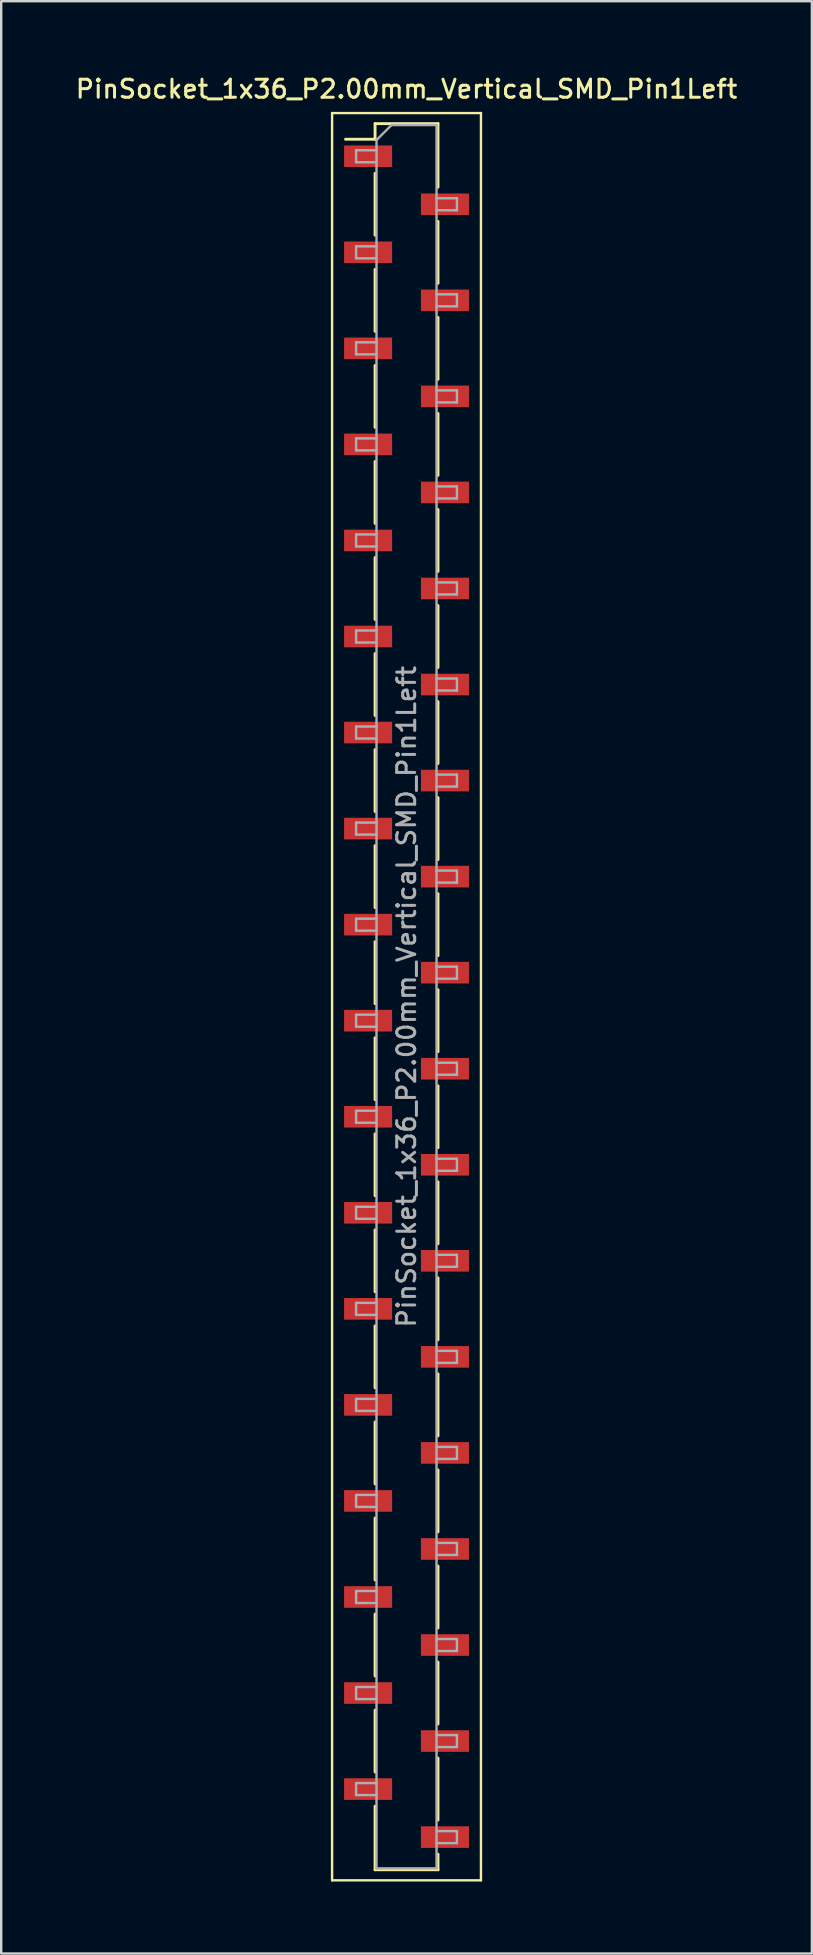
<source format=kicad_pcb>
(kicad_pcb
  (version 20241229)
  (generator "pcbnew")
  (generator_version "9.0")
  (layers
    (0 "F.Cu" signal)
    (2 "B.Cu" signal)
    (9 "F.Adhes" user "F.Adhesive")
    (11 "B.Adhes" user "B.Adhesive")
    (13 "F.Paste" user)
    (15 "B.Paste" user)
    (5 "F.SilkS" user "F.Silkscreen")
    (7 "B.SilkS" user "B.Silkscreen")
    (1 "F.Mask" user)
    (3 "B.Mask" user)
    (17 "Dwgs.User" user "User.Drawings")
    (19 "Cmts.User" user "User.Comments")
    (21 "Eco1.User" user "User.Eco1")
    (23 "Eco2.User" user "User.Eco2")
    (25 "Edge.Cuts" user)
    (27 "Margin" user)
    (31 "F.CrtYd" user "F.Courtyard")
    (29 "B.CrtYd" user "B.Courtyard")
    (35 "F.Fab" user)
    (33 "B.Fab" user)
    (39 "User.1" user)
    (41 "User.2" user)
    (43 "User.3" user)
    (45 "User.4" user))
  (footprint "PinSocket_1x36_P2.00mm_Vertical_SMD_Pin1Left"
    (layer "F.Cu")
    (at 13.88 38.458)
    (property "Reference" "PinSocket_1x36_P2.00mm_Vertical_SMD_Pin1Left" (at 0 -37.8 0) (layer "F.SilkS") (effects (font (size 0.75 0.75) (thickness 0.125))))
    (attr smd)
    (fp_line (start -3.1 -36.8) (end 3.1 -36.8) (stroke (width 0.1) (type solid)) (layer "F.SilkS"))
    (fp_line (start -3.1 36.8) (end -3.1 -36.8) (stroke (width 0.1) (type solid)) (layer "F.SilkS"))
    (fp_line (start -2.54 -35.71) (end -1.31 -35.71) (stroke (width 0.12) (type solid)) (layer "F.SilkS"))
    (fp_line (start -1.31 -36.36) (end -1.31 -35.71) (stroke (width 0.12) (type solid)) (layer "F.SilkS"))
    (fp_line (start -1.31 -36.36) (end 1.31 -36.36) (stroke (width 0.12) (type solid)) (layer "F.SilkS"))
    (fp_line (start -1.31 -34.29) (end -1.31 -31.71) (stroke (width 0.12) (type solid)) (layer "F.SilkS"))
    (fp_line (start -1.31 -30.29) (end -1.31 -27.71) (stroke (width 0.12) (type solid)) (layer "F.SilkS"))
    (fp_line (start -1.31 -26.29) (end -1.31 -23.71) (stroke (width 0.12) (type solid)) (layer "F.SilkS"))
    (fp_line (start -1.31 -22.29) (end -1.31 -19.71) (stroke (width 0.12) (type solid)) (layer "F.SilkS"))
    (fp_line (start -1.31 -18.29) (end -1.31 -15.71) (stroke (width 0.12) (type solid)) (layer "F.SilkS"))
    (fp_line (start -1.31 -14.29) (end -1.31 -11.71) (stroke (width 0.12) (type solid)) (layer "F.SilkS"))
    (fp_line (start -1.31 -10.29) (end -1.31 -7.71) (stroke (width 0.12) (type solid)) (layer "F.SilkS"))
    (fp_line (start -1.31 -6.29) (end -1.31 -3.71) (stroke (width 0.12) (type solid)) (layer "F.SilkS"))
    (fp_line (start -1.31 -2.29) (end -1.31 0.29) (stroke (width 0.12) (type solid)) (layer "F.SilkS"))
    (fp_line (start -1.31 1.71) (end -1.31 4.29) (stroke (width 0.12) (type solid)) (layer "F.SilkS"))
    (fp_line (start -1.31 5.71) (end -1.31 8.29) (stroke (width 0.12) (type solid)) (layer "F.SilkS"))
    (fp_line (start -1.31 9.71) (end -1.31 12.29) (stroke (width 0.12) (type solid)) (layer "F.SilkS"))
    (fp_line (start -1.31 13.71) (end -1.31 16.29) (stroke (width 0.12) (type solid)) (layer "F.SilkS"))
    (fp_line (start -1.31 17.71) (end -1.31 20.29) (stroke (width 0.12) (type solid)) (layer "F.SilkS"))
    (fp_line (start -1.31 21.71) (end -1.31 24.29) (stroke (width 0.12) (type solid)) (layer "F.SilkS"))
    (fp_line (start -1.31 25.71) (end -1.31 28.29) (stroke (width 0.12) (type solid)) (layer "F.SilkS"))
    (fp_line (start -1.31 29.71) (end -1.31 32.29) (stroke (width 0.12) (type solid)) (layer "F.SilkS"))
    (fp_line (start -1.31 33.71) (end -1.31 36.36) (stroke (width 0.12) (type solid)) (layer "F.SilkS"))
    (fp_line (start -1.31 36.36) (end 1.31 36.36) (stroke (width 0.12) (type solid)) (layer "F.SilkS"))
    (fp_line (start 1.31 -36.36) (end 1.31 -33.71) (stroke (width 0.12) (type solid)) (layer "F.SilkS"))
    (fp_line (start 1.31 -32.29) (end 1.31 -29.71) (stroke (width 0.12) (type solid)) (layer "F.SilkS"))
    (fp_line (start 1.31 -28.29) (end 1.31 -25.71) (stroke (width 0.12) (type solid)) (layer "F.SilkS"))
    (fp_line (start 1.31 -24.29) (end 1.31 -21.71) (stroke (width 0.12) (type solid)) (layer "F.SilkS"))
    (fp_line (start 1.31 -20.29) (end 1.31 -17.71) (stroke (width 0.12) (type solid)) (layer "F.SilkS"))
    (fp_line (start 1.31 -16.29) (end 1.31 -13.71) (stroke (width 0.12) (type solid)) (layer "F.SilkS"))
    (fp_line (start 1.31 -12.29) (end 1.31 -9.71) (stroke (width 0.12) (type solid)) (layer "F.SilkS"))
    (fp_line (start 1.31 -8.29) (end 1.31 -5.71) (stroke (width 0.12) (type solid)) (layer "F.SilkS"))
    (fp_line (start 1.31 -4.29) (end 1.31 -1.71) (stroke (width 0.12) (type solid)) (layer "F.SilkS"))
    (fp_line (start 1.31 -0.29) (end 1.31 2.29) (stroke (width 0.12) (type solid)) (layer "F.SilkS"))
    (fp_line (start 1.31 3.71) (end 1.31 6.29) (stroke (width 0.12) (type solid)) (layer "F.SilkS"))
    (fp_line (start 1.31 7.71) (end 1.31 10.29) (stroke (width 0.12) (type solid)) (layer "F.SilkS"))
    (fp_line (start 1.31 11.71) (end 1.31 14.29) (stroke (width 0.12) (type solid)) (layer "F.SilkS"))
    (fp_line (start 1.31 15.71) (end 1.31 18.29) (stroke (width 0.12) (type solid)) (layer "F.SilkS"))
    (fp_line (start 1.31 19.71) (end 1.31 22.29) (stroke (width 0.12) (type solid)) (layer "F.SilkS"))
    (fp_line (start 1.31 23.71) (end 1.31 26.29) (stroke (width 0.12) (type solid)) (layer "F.SilkS"))
    (fp_line (start 1.31 27.71) (end 1.31 30.29) (stroke (width 0.12) (type solid)) (layer "F.SilkS"))
    (fp_line (start 1.31 31.71) (end 1.31 34.29) (stroke (width 0.12) (type solid)) (layer "F.SilkS"))
    (fp_line (start 1.31 35.71) (end 1.31 36.36) (stroke (width 0.12) (type solid)) (layer "F.SilkS"))
    (fp_line (start 3.1 -36.8) (end 3.1 36.8) (stroke (width 0.1) (type solid)) (layer "F.SilkS"))
    (fp_line (start 3.1 36.8) (end -3.1 36.8) (stroke (width 0.1) (type solid)) (layer "F.SilkS"))
    (fp_line (start -2.1 -35.25) (end -1.25 -35.25) (stroke (width 0.1) (type solid)) (layer "F.Fab"))
    (fp_line (start -2.1 -34.75) (end -2.1 -35.25) (stroke (width 0.1) (type solid)) (layer "F.Fab"))
    (fp_line (start -2.1 -31.25) (end -1.25 -31.25) (stroke (width 0.1) (type solid)) (layer "F.Fab"))
    (fp_line (start -2.1 -30.75) (end -2.1 -31.25) (stroke (width 0.1) (type solid)) (layer "F.Fab"))
    (fp_line (start -2.1 -27.25) (end -1.25 -27.25) (stroke (width 0.1) (type solid)) (layer "F.Fab"))
    (fp_line (start -2.1 -26.75) (end -2.1 -27.25) (stroke (width 0.1) (type solid)) (layer "F.Fab"))
    (fp_line (start -2.1 -23.25) (end -1.25 -23.25) (stroke (width 0.1) (type solid)) (layer "F.Fab"))
    (fp_line (start -2.1 -22.75) (end -2.1 -23.25) (stroke (width 0.1) (type solid)) (layer "F.Fab"))
    (fp_line (start -2.1 -19.25) (end -1.25 -19.25) (stroke (width 0.1) (type solid)) (layer "F.Fab"))
    (fp_line (start -2.1 -18.75) (end -2.1 -19.25) (stroke (width 0.1) (type solid)) (layer "F.Fab"))
    (fp_line (start -2.1 -15.25) (end -1.25 -15.25) (stroke (width 0.1) (type solid)) (layer "F.Fab"))
    (fp_line (start -2.1 -14.75) (end -2.1 -15.25) (stroke (width 0.1) (type solid)) (layer "F.Fab"))
    (fp_line (start -2.1 -11.25) (end -1.25 -11.25) (stroke (width 0.1) (type solid)) (layer "F.Fab"))
    (fp_line (start -2.1 -10.75) (end -2.1 -11.25) (stroke (width 0.1) (type solid)) (layer "F.Fab"))
    (fp_line (start -2.1 -7.25) (end -1.25 -7.25) (stroke (width 0.1) (type solid)) (layer "F.Fab"))
    (fp_line (start -2.1 -6.75) (end -2.1 -7.25) (stroke (width 0.1) (type solid)) (layer "F.Fab"))
    (fp_line (start -2.1 -3.25) (end -1.25 -3.25) (stroke (width 0.1) (type solid)) (layer "F.Fab"))
    (fp_line (start -2.1 -2.75) (end -2.1 -3.25) (stroke (width 0.1) (type solid)) (layer "F.Fab"))
    (fp_line (start -2.1 0.75) (end -1.25 0.75) (stroke (width 0.1) (type solid)) (layer "F.Fab"))
    (fp_line (start -2.1 1.25) (end -2.1 0.75) (stroke (width 0.1) (type solid)) (layer "F.Fab"))
    (fp_line (start -2.1 4.75) (end -1.25 4.75) (stroke (width 0.1) (type solid)) (layer "F.Fab"))
    (fp_line (start -2.1 5.25) (end -2.1 4.75) (stroke (width 0.1) (type solid)) (layer "F.Fab"))
    (fp_line (start -2.1 8.75) (end -1.25 8.75) (stroke (width 0.1) (type solid)) (layer "F.Fab"))
    (fp_line (start -2.1 9.25) (end -2.1 8.75) (stroke (width 0.1) (type solid)) (layer "F.Fab"))
    (fp_line (start -2.1 12.75) (end -1.25 12.75) (stroke (width 0.1) (type solid)) (layer "F.Fab"))
    (fp_line (start -2.1 13.25) (end -2.1 12.75) (stroke (width 0.1) (type solid)) (layer "F.Fab"))
    (fp_line (start -2.1 16.75) (end -1.25 16.75) (stroke (width 0.1) (type solid)) (layer "F.Fab"))
    (fp_line (start -2.1 17.25) (end -2.1 16.75) (stroke (width 0.1) (type solid)) (layer "F.Fab"))
    (fp_line (start -2.1 20.75) (end -1.25 20.75) (stroke (width 0.1) (type solid)) (layer "F.Fab"))
    (fp_line (start -2.1 21.25) (end -2.1 20.75) (stroke (width 0.1) (type solid)) (layer "F.Fab"))
    (fp_line (start -2.1 24.75) (end -1.25 24.75) (stroke (width 0.1) (type solid)) (layer "F.Fab"))
    (fp_line (start -2.1 25.25) (end -2.1 24.75) (stroke (width 0.1) (type solid)) (layer "F.Fab"))
    (fp_line (start -2.1 28.75) (end -1.25 28.75) (stroke (width 0.1) (type solid)) (layer "F.Fab"))
    (fp_line (start -2.1 29.25) (end -2.1 28.75) (stroke (width 0.1) (type solid)) (layer "F.Fab"))
    (fp_line (start -2.1 32.75) (end -1.25 32.75) (stroke (width 0.1) (type solid)) (layer "F.Fab"))
    (fp_line (start -2.1 33.25) (end -2.1 32.75) (stroke (width 0.1) (type solid)) (layer "F.Fab"))
    (fp_line (start -1.25 -35.675) (end -0.625 -36.3) (stroke (width 0.1) (type solid)) (layer "F.Fab"))
    (fp_line (start -1.25 -34.75) (end -2.1 -34.75) (stroke (width 0.1) (type solid)) (layer "F.Fab"))
    (fp_line (start -1.25 -30.75) (end -2.1 -30.75) (stroke (width 0.1) (type solid)) (layer "F.Fab"))
    (fp_line (start -1.25 -26.75) (end -2.1 -26.75) (stroke (width 0.1) (type solid)) (layer "F.Fab"))
    (fp_line (start -1.25 -22.75) (end -2.1 -22.75) (stroke (width 0.1) (type solid)) (layer "F.Fab"))
    (fp_line (start -1.25 -18.75) (end -2.1 -18.75) (stroke (width 0.1) (type solid)) (layer "F.Fab"))
    (fp_line (start -1.25 -14.75) (end -2.1 -14.75) (stroke (width 0.1) (type solid)) (layer "F.Fab"))
    (fp_line (start -1.25 -10.75) (end -2.1 -10.75) (stroke (width 0.1) (type solid)) (layer "F.Fab"))
    (fp_line (start -1.25 -6.75) (end -2.1 -6.75) (stroke (width 0.1) (type solid)) (layer "F.Fab"))
    (fp_line (start -1.25 -2.75) (end -2.1 -2.75) (stroke (width 0.1) (type solid)) (layer "F.Fab"))
    (fp_line (start -1.25 1.25) (end -2.1 1.25) (stroke (width 0.1) (type solid)) (layer "F.Fab"))
    (fp_line (start -1.25 5.25) (end -2.1 5.25) (stroke (width 0.1) (type solid)) (layer "F.Fab"))
    (fp_line (start -1.25 9.25) (end -2.1 9.25) (stroke (width 0.1) (type solid)) (layer "F.Fab"))
    (fp_line (start -1.25 13.25) (end -2.1 13.25) (stroke (width 0.1) (type solid)) (layer "F.Fab"))
    (fp_line (start -1.25 17.25) (end -2.1 17.25) (stroke (width 0.1) (type solid)) (layer "F.Fab"))
    (fp_line (start -1.25 21.25) (end -2.1 21.25) (stroke (width 0.1) (type solid)) (layer "F.Fab"))
    (fp_line (start -1.25 25.25) (end -2.1 25.25) (stroke (width 0.1) (type solid)) (layer "F.Fab"))
    (fp_line (start -1.25 29.25) (end -2.1 29.25) (stroke (width 0.1) (type solid)) (layer "F.Fab"))
    (fp_line (start -1.25 33.25) (end -2.1 33.25) (stroke (width 0.1) (type solid)) (layer "F.Fab"))
    (fp_line (start -1.25 36.3) (end -1.25 -35.675) (stroke (width 0.1) (type solid)) (layer "F.Fab"))
    (fp_line (start -0.625 -36.3) (end 1.25 -36.3) (stroke (width 0.1) (type solid)) (layer "F.Fab"))
    (fp_line (start 1.25 -36.3) (end 1.25 36.3) (stroke (width 0.1) (type solid)) (layer "F.Fab"))
    (fp_line (start 1.25 -33.25) (end 2.1 -33.25) (stroke (width 0.1) (type solid)) (layer "F.Fab"))
    (fp_line (start 1.25 -29.25) (end 2.1 -29.25) (stroke (width 0.1) (type solid)) (layer "F.Fab"))
    (fp_line (start 1.25 -25.25) (end 2.1 -25.25) (stroke (width 0.1) (type solid)) (layer "F.Fab"))
    (fp_line (start 1.25 -21.25) (end 2.1 -21.25) (stroke (width 0.1) (type solid)) (layer "F.Fab"))
    (fp_line (start 1.25 -17.25) (end 2.1 -17.25) (stroke (width 0.1) (type solid)) (layer "F.Fab"))
    (fp_line (start 1.25 -13.25) (end 2.1 -13.25) (stroke (width 0.1) (type solid)) (layer "F.Fab"))
    (fp_line (start 1.25 -9.25) (end 2.1 -9.25) (stroke (width 0.1) (type solid)) (layer "F.Fab"))
    (fp_line (start 1.25 -5.25) (end 2.1 -5.25) (stroke (width 0.1) (type solid)) (layer "F.Fab"))
    (fp_line (start 1.25 -1.25) (end 2.1 -1.25) (stroke (width 0.1) (type solid)) (layer "F.Fab"))
    (fp_line (start 1.25 2.75) (end 2.1 2.75) (stroke (width 0.1) (type solid)) (layer "F.Fab"))
    (fp_line (start 1.25 6.75) (end 2.1 6.75) (stroke (width 0.1) (type solid)) (layer "F.Fab"))
    (fp_line (start 1.25 10.75) (end 2.1 10.75) (stroke (width 0.1) (type solid)) (layer "F.Fab"))
    (fp_line (start 1.25 14.75) (end 2.1 14.75) (stroke (width 0.1) (type solid)) (layer "F.Fab"))
    (fp_line (start 1.25 18.75) (end 2.1 18.75) (stroke (width 0.1) (type solid)) (layer "F.Fab"))
    (fp_line (start 1.25 22.75) (end 2.1 22.75) (stroke (width 0.1) (type solid)) (layer "F.Fab"))
    (fp_line (start 1.25 26.75) (end 2.1 26.75) (stroke (width 0.1) (type solid)) (layer "F.Fab"))
    (fp_line (start 1.25 30.75) (end 2.1 30.75) (stroke (width 0.1) (type solid)) (layer "F.Fab"))
    (fp_line (start 1.25 34.75) (end 2.1 34.75) (stroke (width 0.1) (type solid)) (layer "F.Fab"))
    (fp_line (start 1.25 36.3) (end -1.25 36.3) (stroke (width 0.1) (type solid)) (layer "F.Fab"))
    (fp_line (start 2.1 -33.25) (end 2.1 -32.75) (stroke (width 0.1) (type solid)) (layer "F.Fab"))
    (fp_line (start 2.1 -32.75) (end 1.25 -32.75) (stroke (width 0.1) (type solid)) (layer "F.Fab"))
    (fp_line (start 2.1 -29.25) (end 2.1 -28.75) (stroke (width 0.1) (type solid)) (layer "F.Fab"))
    (fp_line (start 2.1 -28.75) (end 1.25 -28.75) (stroke (width 0.1) (type solid)) (layer "F.Fab"))
    (fp_line (start 2.1 -25.25) (end 2.1 -24.75) (stroke (width 0.1) (type solid)) (layer "F.Fab"))
    (fp_line (start 2.1 -24.75) (end 1.25 -24.75) (stroke (width 0.1) (type solid)) (layer "F.Fab"))
    (fp_line (start 2.1 -21.25) (end 2.1 -20.75) (stroke (width 0.1) (type solid)) (layer "F.Fab"))
    (fp_line (start 2.1 -20.75) (end 1.25 -20.75) (stroke (width 0.1) (type solid)) (layer "F.Fab"))
    (fp_line (start 2.1 -17.25) (end 2.1 -16.75) (stroke (width 0.1) (type solid)) (layer "F.Fab"))
    (fp_line (start 2.1 -16.75) (end 1.25 -16.75) (stroke (width 0.1) (type solid)) (layer "F.Fab"))
    (fp_line (start 2.1 -13.25) (end 2.1 -12.75) (stroke (width 0.1) (type solid)) (layer "F.Fab"))
    (fp_line (start 2.1 -12.75) (end 1.25 -12.75) (stroke (width 0.1) (type solid)) (layer "F.Fab"))
    (fp_line (start 2.1 -9.25) (end 2.1 -8.75) (stroke (width 0.1) (type solid)) (layer "F.Fab"))
    (fp_line (start 2.1 -8.75) (end 1.25 -8.75) (stroke (width 0.1) (type solid)) (layer "F.Fab"))
    (fp_line (start 2.1 -5.25) (end 2.1 -4.75) (stroke (width 0.1) (type solid)) (layer "F.Fab"))
    (fp_line (start 2.1 -4.75) (end 1.25 -4.75) (stroke (width 0.1) (type solid)) (layer "F.Fab"))
    (fp_line (start 2.1 -1.25) (end 2.1 -0.75) (stroke (width 0.1) (type solid)) (layer "F.Fab"))
    (fp_line (start 2.1 -0.75) (end 1.25 -0.75) (stroke (width 0.1) (type solid)) (layer "F.Fab"))
    (fp_line (start 2.1 2.75) (end 2.1 3.25) (stroke (width 0.1) (type solid)) (layer "F.Fab"))
    (fp_line (start 2.1 3.25) (end 1.25 3.25) (stroke (width 0.1) (type solid)) (layer "F.Fab"))
    (fp_line (start 2.1 6.75) (end 2.1 7.25) (stroke (width 0.1) (type solid)) (layer "F.Fab"))
    (fp_line (start 2.1 7.25) (end 1.25 7.25) (stroke (width 0.1) (type solid)) (layer "F.Fab"))
    (fp_line (start 2.1 10.75) (end 2.1 11.25) (stroke (width 0.1) (type solid)) (layer "F.Fab"))
    (fp_line (start 2.1 11.25) (end 1.25 11.25) (stroke (width 0.1) (type solid)) (layer "F.Fab"))
    (fp_line (start 2.1 14.75) (end 2.1 15.25) (stroke (width 0.1) (type solid)) (layer "F.Fab"))
    (fp_line (start 2.1 15.25) (end 1.25 15.25) (stroke (width 0.1) (type solid)) (layer "F.Fab"))
    (fp_line (start 2.1 18.75) (end 2.1 19.25) (stroke (width 0.1) (type solid)) (layer "F.Fab"))
    (fp_line (start 2.1 19.25) (end 1.25 19.25) (stroke (width 0.1) (type solid)) (layer "F.Fab"))
    (fp_line (start 2.1 22.75) (end 2.1 23.25) (stroke (width 0.1) (type solid)) (layer "F.Fab"))
    (fp_line (start 2.1 23.25) (end 1.25 23.25) (stroke (width 0.1) (type solid)) (layer "F.Fab"))
    (fp_line (start 2.1 26.75) (end 2.1 27.25) (stroke (width 0.1) (type solid)) (layer "F.Fab"))
    (fp_line (start 2.1 27.25) (end 1.25 27.25) (stroke (width 0.1) (type solid)) (layer "F.Fab"))
    (fp_line (start 2.1 30.75) (end 2.1 31.25) (stroke (width 0.1) (type solid)) (layer "F.Fab"))
    (fp_line (start 2.1 31.25) (end 1.25 31.25) (stroke (width 0.1) (type solid)) (layer "F.Fab"))
    (fp_line (start 2.1 34.75) (end 2.1 35.25) (stroke (width 0.1) (type solid)) (layer "F.Fab"))
    (fp_line (start 2.1 35.25) (end 1.25 35.25) (stroke (width 0.1) (type solid)) (layer "F.Fab"))
    (fp_text user "${REFERENCE}" (at 0 0 90) (layer "F.Fab") (effects (font (size 0.75 0.75) (thickness 0.125))))
    (pad "1" smd rect (at -1.6 -35) (size 2 0.9) (layers "F.Cu" "F.Mask" "F.Paste"))
    (pad "2" smd rect (at 1.6 -33) (size 2 0.9) (layers "F.Cu" "F.Mask" "F.Paste"))
    (pad "3" smd rect (at -1.6 -31) (size 2 0.9) (layers "F.Cu" "F.Mask" "F.Paste"))
    (pad "4" smd rect (at 1.6 -29) (size 2 0.9) (layers "F.Cu" "F.Mask" "F.Paste"))
    (pad "5" smd rect (at -1.6 -27) (size 2 0.9) (layers "F.Cu" "F.Mask" "F.Paste"))
    (pad "6" smd rect (at 1.6 -25) (size 2 0.9) (layers "F.Cu" "F.Mask" "F.Paste"))
    (pad "7" smd rect (at -1.6 -23) (size 2 0.9) (layers "F.Cu" "F.Mask" "F.Paste"))
    (pad "8" smd rect (at 1.6 -21) (size 2 0.9) (layers "F.Cu" "F.Mask" "F.Paste"))
    (pad "9" smd rect (at -1.6 -19) (size 2 0.9) (layers "F.Cu" "F.Mask" "F.Paste"))
    (pad "10" smd rect (at 1.6 -17) (size 2 0.9) (layers "F.Cu" "F.Mask" "F.Paste"))
    (pad "11" smd rect (at -1.6 -15) (size 2 0.9) (layers "F.Cu" "F.Mask" "F.Paste"))
    (pad "12" smd rect (at 1.6 -13) (size 2 0.9) (layers "F.Cu" "F.Mask" "F.Paste"))
    (pad "13" smd rect (at -1.6 -11) (size 2 0.9) (layers "F.Cu" "F.Mask" "F.Paste"))
    (pad "14" smd rect (at 1.6 -9) (size 2 0.9) (layers "F.Cu" "F.Mask" "F.Paste"))
    (pad "15" smd rect (at -1.6 -7) (size 2 0.9) (layers "F.Cu" "F.Mask" "F.Paste"))
    (pad "16" smd rect (at 1.6 -5) (size 2 0.9) (layers "F.Cu" "F.Mask" "F.Paste"))
    (pad "17" smd rect (at -1.6 -3) (size 2 0.9) (layers "F.Cu" "F.Mask" "F.Paste"))
    (pad "18" smd rect (at 1.6 -1) (size 2 0.9) (layers "F.Cu" "F.Mask" "F.Paste"))
    (pad "19" smd rect (at -1.6 1) (size 2 0.9) (layers "F.Cu" "F.Mask" "F.Paste"))
    (pad "20" smd rect (at 1.6 3) (size 2 0.9) (layers "F.Cu" "F.Mask" "F.Paste"))
    (pad "21" smd rect (at -1.6 5) (size 2 0.9) (layers "F.Cu" "F.Mask" "F.Paste"))
    (pad "22" smd rect (at 1.6 7) (size 2 0.9) (layers "F.Cu" "F.Mask" "F.Paste"))
    (pad "23" smd rect (at -1.6 9) (size 2 0.9) (layers "F.Cu" "F.Mask" "F.Paste"))
    (pad "24" smd rect (at 1.6 11) (size 2 0.9) (layers "F.Cu" "F.Mask" "F.Paste"))
    (pad "25" smd rect (at -1.6 13) (size 2 0.9) (layers "F.Cu" "F.Mask" "F.Paste"))
    (pad "26" smd rect (at 1.6 15) (size 2 0.9) (layers "F.Cu" "F.Mask" "F.Paste"))
    (pad "27" smd rect (at -1.6 17) (size 2 0.9) (layers "F.Cu" "F.Mask" "F.Paste"))
    (pad "28" smd rect (at 1.6 19) (size 2 0.9) (layers "F.Cu" "F.Mask" "F.Paste"))
    (pad "29" smd rect (at -1.6 21) (size 2 0.9) (layers "F.Cu" "F.Mask" "F.Paste"))
    (pad "30" smd rect (at 1.6 23) (size 2 0.9) (layers "F.Cu" "F.Mask" "F.Paste"))
    (pad "31" smd rect (at -1.6 25) (size 2 0.9) (layers "F.Cu" "F.Mask" "F.Paste"))
    (pad "32" smd rect (at 1.6 27) (size 2 0.9) (layers "F.Cu" "F.Mask" "F.Paste"))
    (pad "33" smd rect (at -1.6 29) (size 2 0.9) (layers "F.Cu" "F.Mask" "F.Paste"))
    (pad "34" smd rect (at 1.6 31) (size 2 0.9) (layers "F.Cu" "F.Mask" "F.Paste"))
    (pad "35" smd rect (at -1.6 33) (size 2 0.9) (layers "F.Cu" "F.Mask" "F.Paste"))
    (pad "36" smd rect (at 1.6 35) (size 2 0.9) (layers "F.Cu" "F.Mask" "F.Paste")))
  (gr_rect
    (start -3 -3)
    (end 30.761 78.308)
    (stroke (width 0.1) (type default))
    (fill no)
    (layer "Edge.Cuts")))
</source>
